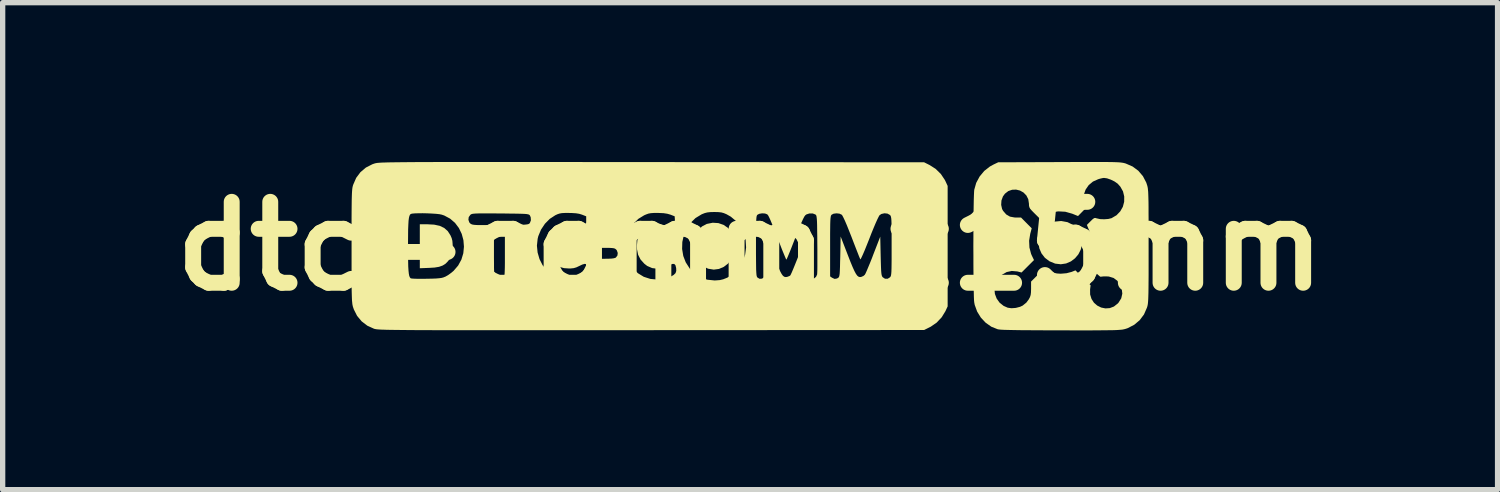
<source format=kicad_pcb>
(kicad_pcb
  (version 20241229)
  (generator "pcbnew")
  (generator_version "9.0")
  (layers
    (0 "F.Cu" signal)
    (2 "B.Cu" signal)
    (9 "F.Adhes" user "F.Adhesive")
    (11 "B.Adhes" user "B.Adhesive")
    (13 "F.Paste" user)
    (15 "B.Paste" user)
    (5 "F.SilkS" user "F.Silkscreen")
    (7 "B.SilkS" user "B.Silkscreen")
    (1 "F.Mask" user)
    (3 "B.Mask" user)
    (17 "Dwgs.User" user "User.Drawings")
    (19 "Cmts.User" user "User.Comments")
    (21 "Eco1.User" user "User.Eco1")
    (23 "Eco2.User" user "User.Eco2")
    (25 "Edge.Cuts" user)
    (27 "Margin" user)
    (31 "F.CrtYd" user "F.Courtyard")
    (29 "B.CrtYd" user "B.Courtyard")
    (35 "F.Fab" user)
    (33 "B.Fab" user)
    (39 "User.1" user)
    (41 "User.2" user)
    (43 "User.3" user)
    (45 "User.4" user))
  (footprint "dtc-comm_x15mm"
    (layer "F.Cu")
    (at 11.074 1.585)
    (property "Reference" "dtc-comm_x15mm" (at 0 0 0) (layer "F.SilkS") (effects (font (size 1.524 1.524) (thickness 0.3))))
    (attr board_only exclude_from_pos_files exclude_from_bom)
    (fp_poly (pts (xy -5.948 -0.405) (xy -5.842 -0.382) (xy -5.758 -0.341) (xy -5.692 -0.282) (xy -5.642 -0.204) (xy -5.619 -0.151) (xy -5.606 -0.1) (xy -5.601 -0.038) (xy -5.6 0.004) (xy -5.605 0.098) (xy -5.621 0.171) (xy -5.651 0.234) (xy -5.687 0.282) (xy -5.735 0.331) (xy -5.789 0.365) (xy -5.856 0.389) (xy -5.941 0.403) (xy -6.041 0.409) (xy -6.219 0.416) (xy -6.219 -0.412) (xy -6.079 -0.412)) (stroke (width 0) (type solid)) (fill yes) (layer "F.SilkS"))
    (fp_poly (pts (xy 5.861 -0.473) (xy 5.976 -0.452) (xy 6.073 -0.404) (xy 6.152 -0.331) (xy 6.213 -0.231) (xy 6.213 -0.23) (xy 6.245 -0.129) (xy 6.248 -0.029) (xy 6.226 0.066) (xy 6.182 0.153) (xy 6.119 0.228) (xy 6.041 0.287) (xy 5.951 0.326) (xy 5.851 0.341) (xy 5.746 0.329) (xy 5.74 0.327) (xy 5.636 0.284) (xy 5.551 0.219) (xy 5.487 0.136) (xy 5.446 0.04) (xy 5.432 -0.065) (xy 5.446 -0.173) (xy 5.448 -0.179) (xy 5.493 -0.28) (xy 5.56 -0.363) (xy 5.646 -0.425) (xy 5.745 -0.463) (xy 5.852 -0.473)) (stroke (width 0) (type solid)) (fill yes) (layer "F.SilkS"))
    (fp_poly (pts (xy -0.597 -0.434) (xy -0.498 -0.4) (xy -0.412 -0.34) (xy -0.344 -0.256) (xy -0.329 -0.23) (xy -0.303 -0.155) (xy -0.289 -0.062) (xy -0.289 0.037) (xy -0.303 0.129) (xy -0.307 0.146) (xy -0.351 0.246) (xy -0.415 0.328) (xy -0.495 0.39) (xy -0.586 0.429) (xy -0.684 0.442) (xy -0.783 0.426) (xy -0.797 0.422) (xy -0.884 0.378) (xy -0.955 0.313) (xy -1.013 0.221) (xy -1.017 0.213) (xy -1.057 0.103) (xy -1.071 -0.009) (xy -1.062 -0.117) (xy -1.029 -0.217) (xy -0.976 -0.303) (xy -0.904 -0.372) (xy -0.814 -0.419) (xy -0.813 -0.419) (xy -0.703 -0.441)) (stroke (width 0) (type solid)) (fill yes) (layer "F.SilkS"))
    (fp_poly (pts (xy 6.647 -1.584) (xy 6.742 -1.584) (xy 6.82 -1.583) (xy 6.883 -1.581) (xy 6.932 -1.579) (xy 6.972 -1.576) (xy 7.002 -1.572) (xy 7.028 -1.568) (xy 7.049 -1.563) (xy 7.07 -1.557) (xy 7.076 -1.555) (xy 7.202 -1.5) (xy 7.31 -1.42) (xy 7.397 -1.318) (xy 7.46 -1.197) (xy 7.472 -1.16) (xy 7.479 -1.139) (xy 7.484 -1.118) (xy 7.489 -1.092) (xy 7.492 -1.061) (xy 7.496 -1.022) (xy 7.498 -0.972) (xy 7.5 -0.909) (xy 7.502 -0.83) (xy 7.503 -0.734) (xy 7.503 -0.616) (xy 7.504 -0.476) (xy 7.504 -0.31) (xy 7.504 -0.116) (xy 7.504 0) (xy 7.504 0.21) (xy 7.504 0.39) (xy 7.504 0.544) (xy 7.503 0.673) (xy 7.502 0.781) (xy 7.501 0.869) (xy 7.499 0.94) (xy 7.497 0.997) (xy 7.494 1.042) (xy 7.491 1.077) (xy 7.487 1.105) (xy 7.482 1.128) (xy 7.476 1.149) (xy 7.472 1.16) (xy 7.417 1.286) (xy 7.336 1.394) (xy 7.234 1.48) (xy 7.113 1.543) (xy 7.078 1.555) (xy 7.058 1.561) (xy 7.036 1.566) (xy 7.012 1.571) (xy 6.982 1.574) (xy 6.944 1.577) (xy 6.896 1.58) (xy 6.835 1.582) (xy 6.759 1.583) (xy 6.665 1.584) (xy 6.552 1.585) (xy 6.416 1.586) (xy 6.256 1.586) (xy 6.069 1.586) (xy 5.857 1.585) (xy 5.622 1.585) (xy 5.418 1.584) (xy 5.242 1.583) (xy 5.093 1.582) (xy 4.968 1.58) (xy 4.867 1.578) (xy 4.788 1.576) (xy 4.729 1.573) (xy 4.688 1.569) (xy 4.664 1.565) (xy 4.663 1.565) (xy 4.543 1.517) (xy 4.436 1.442) (xy 4.346 1.346) (xy 4.276 1.233) (xy 4.23 1.107) (xy 4.221 1.061) (xy 4.217 1.023) (xy 4.214 0.956) (xy 4.212 0.865) (xy 4.21 0.808) (xy 4.601 0.808) (xy 4.61 0.9) (xy 4.643 0.987) (xy 4.698 1.064) (xy 4.774 1.125) (xy 4.851 1.159) (xy 4.921 1.169) (xy 5.003 1.163) (xy 5.084 1.142) (xy 5.133 1.119) (xy 5.202 1.063) (xy 5.247 1.003) (xy 5.27 0.96) (xy 5.283 0.92) (xy 5.289 0.872) (xy 5.291 0.804) (xy 5.291 0.797) (xy 5.291 0.667) (xy 5.409 0.549) (xy 5.461 0.496) (xy 5.498 0.463) (xy 5.522 0.447) (xy 5.54 0.444) (xy 5.556 0.45) (xy 5.559 0.452) (xy 5.641 0.489) (xy 5.741 0.512) (xy 5.85 0.519) (xy 5.957 0.51) (xy 6.054 0.485) (xy 6.059 0.483) (xy 6.127 0.456) (xy 6.269 0.597) (xy 6.412 0.738) (xy 6.402 0.815) (xy 6.403 0.91) (xy 6.429 0.994) (xy 6.475 1.065) (xy 6.537 1.119) (xy 6.611 1.156) (xy 6.69 1.172) (xy 6.772 1.167) (xy 6.851 1.137) (xy 6.923 1.08) (xy 6.937 1.065) (xy 6.989 0.982) (xy 7.009 0.894) (xy 6.998 0.801) (xy 6.971 0.733) (xy 6.916 0.652) (xy 6.844 0.599) (xy 6.755 0.572) (xy 6.704 0.569) (xy 6.653 0.57) (xy 6.615 0.574) (xy 6.603 0.577) (xy 6.587 0.57) (xy 6.555 0.543) (xy 6.509 0.502) (xy 6.455 0.45) (xy 6.449 0.444) (xy 6.309 0.303) (xy 6.362 0.203) (xy 6.389 0.149) (xy 6.406 0.102) (xy 6.416 0.05) (xy 6.421 -0.018) (xy 6.422 -0.041) (xy 6.425 -0.115) (xy 6.422 -0.169) (xy 6.413 -0.217) (xy 6.395 -0.269) (xy 6.386 -0.292) (xy 6.342 -0.4) (xy 6.413 -0.471) (xy 6.452 -0.509) (xy 6.479 -0.528) (xy 6.501 -0.531) (xy 6.528 -0.523) (xy 6.529 -0.523) (xy 6.591 -0.509) (xy 6.668 -0.506) (xy 6.745 -0.512) (xy 6.807 -0.527) (xy 6.808 -0.528) (xy 6.9 -0.582) (xy 6.97 -0.655) (xy 7.019 -0.741) (xy 7.044 -0.836) (xy 7.045 -0.935) (xy 7.022 -1.031) (xy 6.972 -1.12) (xy 6.921 -1.177) (xy 6.864 -1.217) (xy 6.793 -1.252) (xy 6.721 -1.277) (xy 6.663 -1.285) (xy 6.634 -1.281) (xy 6.587 -1.27) (xy 6.554 -1.26) (xy 6.456 -1.216) (xy 6.376 -1.149) (xy 6.318 -1.065) (xy 6.284 -0.969) (xy 6.277 -0.865) (xy 6.289 -0.793) (xy 6.312 -0.706) (xy 6.244 -0.637) (xy 6.175 -0.567) (xy 6.066 -0.611) (xy 5.935 -0.648) (xy 5.802 -0.655) (xy 5.672 -0.633) (xy 5.551 -0.583) (xy 5.515 -0.561) (xy 5.454 -0.52) (xy 5.352 -0.621) (xy 5.304 -0.67) (xy 5.274 -0.704) (xy 5.259 -0.733) (xy 5.252 -0.763) (xy 5.251 -0.799) (xy 5.238 -0.884) (xy 5.202 -0.955) (xy 5.148 -1.01) (xy 5.082 -1.047) (xy 5.009 -1.065) (xy 4.934 -1.062) (xy 4.862 -1.037) (xy 4.799 -0.988) (xy 4.761 -0.936) (xy 4.733 -0.859) (xy 4.728 -0.777) (xy 4.745 -0.7) (xy 4.764 -0.665) (xy 4.823 -0.597) (xy 4.893 -0.556) (xy 4.979 -0.54) (xy 5.004 -0.539) (xy 5.102 -0.539) (xy 5.202 -0.438) (xy 5.303 -0.336) (xy 5.275 -0.232) (xy 5.254 -0.102) (xy 5.26 0.026) (xy 5.291 0.145) (xy 5.304 0.175) (xy 5.346 0.262) (xy 5.229 0.379) (xy 5.112 0.496) (xy 5.031 0.476) (xy 4.928 0.467) (xy 4.831 0.488) (xy 4.741 0.54) (xy 4.727 0.552) (xy 4.659 0.629) (xy 4.617 0.716) (xy 4.601 0.808) (xy 4.21 0.808) (xy 4.209 0.753) (xy 4.208 0.624) (xy 4.206 0.48) (xy 4.205 0.325) (xy 4.205 0.164) (xy 4.204 -0.001) (xy 4.205 -0.166) (xy 4.205 -0.328) (xy 4.206 -0.482) (xy 4.208 -0.626) (xy 4.21 -0.755) (xy 4.212 -0.868) (xy 4.215 -0.958) (xy 4.218 -1.025) (xy 4.221 -1.062) (xy 4.258 -1.192) (xy 4.322 -1.311) (xy 4.409 -1.416) (xy 4.516 -1.5) (xy 4.582 -1.536) (xy 4.672 -1.579) (xy 5.822 -1.583) (xy 6.041 -1.584) (xy 6.231 -1.584) (xy 6.393 -1.585) (xy 6.531 -1.585)) (stroke (width 0) (type solid)) (fill yes) (layer "F.SilkS"))
    (fp_poly (pts (xy -4.575 -1.585) (xy -4.264 -1.585) (xy -3.928 -1.584) (xy -3.565 -1.584) (xy -3.175 -1.584) (xy -2.756 -1.583) (xy -2.307 -1.583) (xy -1.848 -1.583) (xy 3.277 -1.579) (xy 3.381 -1.527) (xy 3.494 -1.455) (xy 3.592 -1.359) (xy 3.667 -1.247) (xy 3.678 -1.225) (xy 3.72 -1.134) (xy 3.72 1.134) (xy 3.678 1.225) (xy 3.608 1.339) (xy 3.514 1.439) (xy 3.403 1.516) (xy 3.381 1.527) (xy 3.277 1.579) (xy -1.856 1.582) (xy -2.335 1.582) (xy -2.783 1.582) (xy -3.201 1.582) (xy -3.591 1.583) (xy -3.953 1.583) (xy -4.288 1.583) (xy -4.599 1.583) (xy -4.884 1.583) (xy -5.146 1.583) (xy -5.386 1.583) (xy -5.605 1.582) (xy -5.803 1.582) (xy -5.982 1.582) (xy -6.142 1.581) (xy -6.286 1.581) (xy -6.413 1.58) (xy -6.525 1.579) (xy -6.623 1.578) (xy -6.708 1.577) (xy -6.781 1.576) (xy -6.843 1.575) (xy -6.895 1.573) (xy -6.938 1.572) (xy -6.973 1.57) (xy -7.002 1.568) (xy -7.025 1.566) (xy -7.042 1.564) (xy -7.057 1.561) (xy -7.068 1.559) (xy -7.078 1.556) (xy -7.084 1.554) (xy -7.207 1.498) (xy -7.314 1.416) (xy -7.4 1.313) (xy -7.461 1.192) (xy -7.472 1.16) (xy -7.479 1.139) (xy -7.484 1.118) (xy -7.489 1.092) (xy -7.492 1.061) (xy -7.496 1.022) (xy -7.498 0.972) (xy -7.5 0.909) (xy -7.502 0.83) (xy -7.503 0.734) (xy -7.503 0.616) (xy -7.504 0.476) (xy -7.504 0.31) (xy -7.504 0.116) (xy -7.504 0) (xy -6.441 0) (xy -6.441 0.155) (xy -6.439 0.281) (xy -6.437 0.382) (xy -6.432 0.459) (xy -6.426 0.517) (xy -6.418 0.559) (xy -6.407 0.586) (xy -6.394 0.603) (xy -6.39 0.606) (xy -6.368 0.61) (xy -6.32 0.613) (xy -6.252 0.615) (xy -6.168 0.615) (xy -6.092 0.614) (xy -5.988 0.612) (xy -5.91 0.609) (xy -5.853 0.604) (xy -5.809 0.598) (xy -5.775 0.589) (xy -5.743 0.576) (xy -5.739 0.575) (xy -5.686 0.545) (xy -5.627 0.502) (xy -5.583 0.465) (xy -5.497 0.365) (xy -5.436 0.253) (xy -5.4 0.134) (xy -5.388 0.01) (xy -5.398 -0.113) (xy -5.43 -0.231) (xy -5.483 -0.341) (xy -5.556 -0.438) (xy -5.623 -0.496) (xy -5.304 -0.496) (xy -5.287 -0.447) (xy -5.268 -0.426) (xy -5.249 -0.414) (xy -5.222 -0.405) (xy -5.183 -0.4) (xy -5.126 -0.397) (xy -5.043 -0.397) (xy -5.027 -0.397) (xy -4.823 -0.397) (xy -4.823 0.079) (xy -4.823 0.215) (xy -4.822 0.322) (xy -4.822 0.405) (xy -4.82 0.467) (xy -4.817 0.512) (xy -4.813 0.542) (xy -4.808 0.563) (xy -4.801 0.576) (xy -4.792 0.587) (xy -4.791 0.587) (xy -4.745 0.613) (xy -4.692 0.615) (xy -4.646 0.592) (xy -4.637 0.583) (xy -4.631 0.569) (xy -4.626 0.547) (xy -4.622 0.514) (xy -4.62 0.466) (xy -4.618 0.399) (xy -4.617 0.31) (xy -4.617 0.196) (xy -4.617 0.086) (xy -4.617 -0.009) (xy -4.014 -0.009) (xy -4.001 0.12) (xy -3.965 0.244) (xy -3.907 0.359) (xy -3.831 0.459) (xy -3.739 0.539) (xy -3.633 0.595) (xy -3.612 0.603) (xy -3.496 0.628) (xy -3.376 0.631) (xy -3.26 0.613) (xy -3.173 0.581) (xy -3.116 0.551) (xy -3.081 0.528) (xy -3.064 0.505) (xy -3.059 0.473) (xy -3.059 0.433) (xy -3.066 0.374) (xy -3.082 0.341) (xy -3.113 0.333) (xy -3.161 0.347) (xy -3.209 0.37) (xy -3.27 0.399) (xy -3.321 0.414) (xy -3.379 0.42) (xy -3.418 0.42) (xy -3.504 0.414) (xy -3.572 0.395) (xy -3.632 0.358) (xy -3.68 0.314) (xy -3.743 0.234) (xy -3.782 0.143) (xy -3.783 0.135) (xy -3.03 0.135) (xy -3.019 0.176) (xy -2.999 0.206) (xy -2.982 0.219) (xy -2.961 0.228) (xy -2.928 0.234) (xy -2.879 0.237) (xy -2.806 0.238) (xy -2.764 0.238) (xy -2.673 0.237) (xy -2.608 0.234) (xy -2.564 0.228) (xy -2.535 0.219) (xy -2.526 0.213) (xy -2.498 0.176) (xy -2.492 0.128) (xy -2.509 0.08) (xy -2.518 0.068) (xy -2.344 0.068) (xy -2.326 0.167) (xy -2.276 0.303) (xy -2.203 0.419) (xy -2.112 0.51) (xy -2.002 0.577) (xy -1.878 0.617) (xy -1.74 0.63) (xy -1.721 0.629) (xy -1.642 0.623) (xy -1.58 0.611) (xy -1.521 0.588) (xy -1.502 0.578) (xy -1.44 0.543) (xy -1.404 0.508) (xy -1.39 0.466) (xy -1.392 0.412) (xy -1.405 0.36) (xy -1.428 0.335) (xy -1.465 0.335) (xy -1.52 0.359) (xy -1.531 0.365) (xy -1.636 0.41) (xy -1.742 0.426) (xy -1.844 0.413) (xy -1.937 0.373) (xy -1.991 0.331) (xy -2.063 0.251) (xy -2.108 0.163) (xy -2.129 0.061) (xy -2.129 0.053) (xy -1.28 0.053) (xy -1.258 0.185) (xy -1.212 0.304) (xy -1.135 0.424) (xy -1.04 0.52) (xy -0.929 0.59) (xy -0.804 0.632) (xy -0.668 0.646) (xy -0.648 0.645) (xy -0.569 0.639) (xy -0.506 0.624) (xy -0.441 0.598) (xy -0.423 0.59) (xy -0.31 0.516) (xy -0.215 0.418) (xy -0.142 0.296) (xy -0.14 0.293) (xy -0.093 0.159) (xy -0.075 0.022) (xy -0.077 -0.003) (xy 0.111 -0.003) (xy 0.111 0.148) (xy 0.112 0.269) (xy 0.113 0.366) (xy 0.114 0.44) (xy 0.117 0.495) (xy 0.12 0.534) (xy 0.124 0.561) (xy 0.13 0.578) (xy 0.137 0.589) (xy 0.137 0.59) (xy 0.179 0.615) (xy 0.225 0.612) (xy 0.263 0.585) (xy 0.273 0.572) (xy 0.281 0.554) (xy 0.287 0.526) (xy 0.291 0.485) (xy 0.295 0.427) (xy 0.298 0.346) (xy 0.3 0.24) (xy 0.301 0.19) (xy 0.309 -0.172) (xy 0.444 0.177) (xy 0.493 0.302) (xy 0.533 0.399) (xy 0.566 0.472) (xy 0.594 0.524) (xy 0.619 0.558) (xy 0.643 0.576) (xy 0.668 0.582) (xy 0.695 0.579) (xy 0.697 0.579) (xy 0.735 0.565) (xy 0.755 0.554) (xy 0.766 0.535) (xy 0.786 0.492) (xy 0.814 0.426) (xy 0.847 0.345) (xy 0.885 0.25) (xy 0.914 0.176) (xy 1.055 -0.188) (xy 1.063 0.193) (xy 1.066 0.313) (xy 1.068 0.406) (xy 1.071 0.474) (xy 1.075 0.523) (xy 1.079 0.555) (xy 1.085 0.576) (xy 1.093 0.589) (xy 1.102 0.596) (xy 1.153 0.617) (xy 1.202 0.61) (xy 1.242 0.578) (xy 1.246 0.569) (xy 1.507 0.569) (xy 1.542 0.594) (xy 1.592 0.617) (xy 1.637 0.609) (xy 1.659 0.596) (xy 1.669 0.587) (xy 1.676 0.573) (xy 1.682 0.551) (xy 1.687 0.516) (xy 1.69 0.464) (xy 1.693 0.391) (xy 1.695 0.294) (xy 1.698 0.196) (xy 1.705 -0.182) (xy 1.84 0.167) (xy 1.889 0.293) (xy 1.93 0.392) (xy 1.964 0.467) (xy 1.993 0.521) (xy 2.018 0.556) (xy 2.042 0.575) (xy 2.066 0.582) (xy 2.091 0.58) (xy 2.133 0.562) (xy 2.159 0.54) (xy 2.172 0.518) (xy 2.194 0.47) (xy 2.223 0.401) (xy 2.258 0.317) (xy 2.296 0.222) (xy 2.317 0.166) (xy 2.451 -0.179) (xy 2.459 0.187) (xy 2.462 0.305) (xy 2.465 0.395) (xy 2.468 0.463) (xy 2.472 0.51) (xy 2.477 0.543) (xy 2.484 0.565) (xy 2.493 0.58) (xy 2.497 0.585) (xy 2.541 0.614) (xy 2.591 0.614) (xy 2.634 0.587) (xy 2.642 0.577) (xy 2.649 0.565) (xy 2.654 0.547) (xy 2.658 0.519) (xy 2.661 0.479) (xy 2.663 0.422) (xy 2.664 0.347) (xy 2.665 0.249) (xy 2.665 0.126) (xy 2.665 0) (xy 2.665 -0.148) (xy 2.665 -0.267) (xy 2.664 -0.361) (xy 2.663 -0.433) (xy 2.661 -0.486) (xy 2.658 -0.524) (xy 2.653 -0.55) (xy 2.648 -0.567) (xy 2.641 -0.579) (xy 2.634 -0.587) (xy 2.587 -0.613) (xy 2.53 -0.619) (xy 2.473 -0.606) (xy 2.438 -0.583) (xy 2.423 -0.558) (xy 2.398 -0.508) (xy 2.365 -0.435) (xy 2.327 -0.345) (xy 2.284 -0.24) (xy 2.245 -0.139) (xy 2.198 -0.021) (xy 2.158 0.078) (xy 2.124 0.157) (xy 2.098 0.213) (xy 2.082 0.244) (xy 2.075 0.248) (xy 2.067 0.228) (xy 2.048 0.183) (xy 2.022 0.116) (xy 1.989 0.032) (xy 1.951 -0.066) (xy 1.912 -0.168) (xy 1.864 -0.289) (xy 1.822 -0.394) (xy 1.785 -0.48) (xy 1.755 -0.543) (xy 1.734 -0.582) (xy 1.727 -0.591) (xy 1.683 -0.612) (xy 1.627 -0.618) (xy 1.572 -0.611) (xy 1.536 -0.592) (xy 1.529 -0.584) (xy 1.522 -0.571) (xy 1.518 -0.551) (xy 1.514 -0.52) (xy 1.511 -0.476) (xy 1.509 -0.414) (xy 1.508 -0.332) (xy 1.507 -0.228) (xy 1.507 -0.096) (xy 1.507 0.002) (xy 1.507 0.569) (xy 1.246 0.569) (xy 1.262 0.534) (xy 1.264 0.51) (xy 1.266 0.459) (xy 1.267 0.383) (xy 1.267 0.288) (xy 1.267 0.177) (xy 1.267 0.054) (xy 1.266 -0.037) (xy 1.265 -0.182) (xy 1.263 -0.299) (xy 1.262 -0.39) (xy 1.26 -0.459) (xy 1.257 -0.51) (xy 1.253 -0.545) (xy 1.249 -0.569) (xy 1.243 -0.583) (xy 1.235 -0.592) (xy 1.23 -0.596) (xy 1.179 -0.616) (xy 1.118 -0.616) (xy 1.062 -0.598) (xy 1.041 -0.583) (xy 1.022 -0.558) (xy 0.996 -0.508) (xy 0.962 -0.433) (xy 0.92 -0.332) (xy 0.869 -0.202) (xy 0.847 -0.147) (xy 0.806 -0.041) (xy 0.769 0.054) (xy 0.736 0.135) (xy 0.71 0.198) (xy 0.692 0.239) (xy 0.684 0.254) (xy 0.684 0.254) (xy 0.675 0.24) (xy 0.658 0.201) (xy 0.633 0.141) (xy 0.602 0.066) (xy 0.572 -0.012) (xy 0.515 -0.159) (xy 0.468 -0.279) (xy 0.43 -0.376) (xy 0.4 -0.45) (xy 0.376 -0.506) (xy 0.357 -0.547) (xy 0.343 -0.574) (xy 0.331 -0.59) (xy 0.323 -0.599) (xy 0.281 -0.615) (xy 0.226 -0.618) (xy 0.173 -0.609) (xy 0.14 -0.592) (xy 0.132 -0.584) (xy 0.126 -0.571) (xy 0.121 -0.551) (xy 0.118 -0.52) (xy 0.115 -0.475) (xy 0.113 -0.413) (xy 0.112 -0.332) (xy 0.111 -0.226) (xy 0.111 -0.094) (xy 0.111 -0.003) (xy -0.077 -0.003) (xy -0.084 -0.114) (xy -0.118 -0.243) (xy -0.177 -0.362) (xy -0.259 -0.468) (xy -0.363 -0.555) (xy -0.444 -0.601) (xy -0.494 -0.622) (xy -0.541 -0.635) (xy -0.596 -0.641) (xy -0.671 -0.643) (xy -0.674 -0.643) (xy -0.75 -0.641) (xy -0.805 -0.635) (xy -0.853 -0.623) (xy -0.906 -0.602) (xy -0.916 -0.597) (xy -1.028 -0.529) (xy -1.121 -0.438) (xy -1.195 -0.33) (xy -1.247 -0.209) (xy -1.276 -0.079) (xy -1.28 0.053) (xy -2.129 0.053) (xy -2.132 0) (xy -2.122 -0.112) (xy -2.089 -0.207) (xy -2.032 -0.29) (xy -1.991 -0.331) (xy -1.905 -0.392) (xy -1.811 -0.421) (xy -1.708 -0.42) (xy -1.597 -0.389) (xy -1.556 -0.37) (xy -1.47 -0.328) (xy -1.44 -0.365) (xy -1.421 -0.402) (xy -1.414 -0.452) (xy -1.415 -0.482) (xy -1.42 -0.562) (xy -1.499 -0.593) (xy -1.558 -0.61) (xy -1.629 -0.621) (xy -1.721 -0.625) (xy -1.737 -0.625) (xy -1.814 -0.625) (xy -1.869 -0.621) (xy -1.914 -0.613) (xy -1.958 -0.597) (xy -1.995 -0.581) (xy -2.104 -0.514) (xy -2.195 -0.424) (xy -2.267 -0.316) (xy -2.318 -0.194) (xy -2.344 -0.065) (xy -2.344 0.068) (xy -2.518 0.068) (xy -2.523 0.063) (xy -2.539 0.05) (xy -2.56 0.041) (xy -2.592 0.036) (xy -2.641 0.033) (xy -2.713 0.032) (xy -2.761 0.032) (xy -2.846 0.032) (xy -2.906 0.034) (xy -2.946 0.038) (xy -2.973 0.045) (xy -2.991 0.056) (xy -2.999 0.063) (xy -3.023 0.101) (xy -3.03 0.135) (xy -3.783 0.135) (xy -3.798 0.035) (xy -3.799 0) (xy -3.789 -0.114) (xy -3.757 -0.209) (xy -3.701 -0.292) (xy -3.68 -0.314) (xy -3.614 -0.371) (xy -3.548 -0.404) (xy -3.471 -0.418) (xy -3.427 -0.42) (xy -3.355 -0.416) (xy -3.296 -0.402) (xy -3.232 -0.374) (xy -3.182 -0.349) (xy -3.151 -0.339) (xy -3.132 -0.34) (xy -3.116 -0.352) (xy -3.113 -0.354) (xy -3.095 -0.388) (xy -3.087 -0.445) (xy -3.086 -0.471) (xy -3.086 -0.562) (xy -3.165 -0.593) (xy -3.217 -0.609) (xy -3.279 -0.619) (xy -3.358 -0.624) (xy -3.411 -0.625) (xy -3.489 -0.625) (xy -3.545 -0.622) (xy -3.588 -0.614) (xy -3.627 -0.601) (xy -3.668 -0.582) (xy -3.772 -0.514) (xy -3.863 -0.422) (xy -3.937 -0.311) (xy -3.988 -0.188) (xy -4 -0.139) (xy -4.014 -0.009) (xy -4.617 -0.009) (xy -4.617 -0.394) (xy -4.393 -0.399) (xy -4.304 -0.402) (xy -4.24 -0.405) (xy -4.198 -0.41) (xy -4.172 -0.416) (xy -4.156 -0.426) (xy -4.147 -0.435) (xy -4.127 -0.487) (xy -4.131 -0.544) (xy -4.147 -0.58) (xy -4.155 -0.588) (xy -4.166 -0.595) (xy -4.184 -0.6) (xy -4.213 -0.605) (xy -4.255 -0.608) (xy -4.314 -0.61) (xy -4.394 -0.612) (xy -4.496 -0.613) (xy -4.626 -0.615) (xy -4.7 -0.615) (xy -4.844 -0.617) (xy -4.96 -0.617) (xy -5.051 -0.617) (xy -5.121 -0.616) (xy -5.172 -0.614) (xy -5.208 -0.611) (xy -5.233 -0.607) (xy -5.251 -0.601) (xy -5.263 -0.593) (xy -5.267 -0.59) (xy -5.298 -0.547) (xy -5.304 -0.496) (xy -5.623 -0.496) (xy -5.649 -0.518) (xy -5.759 -0.577) (xy -5.806 -0.593) (xy -5.85 -0.602) (xy -5.915 -0.609) (xy -5.994 -0.614) (xy -6.08 -0.618) (xy -6.167 -0.62) (xy -6.249 -0.619) (xy -6.318 -0.617) (xy -6.368 -0.612) (xy -6.39 -0.605) (xy -6.404 -0.592) (xy -6.415 -0.568) (xy -6.424 -0.531) (xy -6.431 -0.478) (xy -6.435 -0.406) (xy -6.439 -0.313) (xy -6.44 -0.194) (xy -6.441 -0.047) (xy -6.441 0) (xy -7.504 0) (xy -7.504 -0.21) (xy -7.504 -0.39) (xy -7.504 -0.544) (xy -7.503 -0.673) (xy -7.502 -0.781) (xy -7.501 -0.869) (xy -7.499 -0.94) (xy -7.497 -0.997) (xy -7.494 -1.042) (xy -7.491 -1.077) (xy -7.487 -1.105) (xy -7.482 -1.128) (xy -7.476 -1.149) (xy -7.472 -1.16) (xy -7.417 -1.286) (xy -7.336 -1.394) (xy -7.234 -1.48) (xy -7.113 -1.542) (xy -7.076 -1.555) (xy -7.066 -1.558) (xy -7.055 -1.561) (xy -7.043 -1.563) (xy -7.029 -1.566) (xy -7.01 -1.568) (xy -6.987 -1.57) (xy -6.958 -1.572) (xy -6.922 -1.574) (xy -6.879 -1.575) (xy -6.826 -1.577) (xy -6.764 -1.578) (xy -6.69 -1.579) (xy -6.605 -1.58) (xy -6.507 -1.581) (xy -6.394 -1.582) (xy -6.266 -1.583) (xy -6.122 -1.583) (xy -5.961 -1.584) (xy -5.782 -1.584) (xy -5.583 -1.584) (xy -5.364 -1.585) (xy -5.124 -1.585) (xy -4.861 -1.585)) (stroke (width 0) (type solid)) (fill yes) (layer "F.SilkS")))
  (gr_rect
    (start -3 -3)
    (end 25.149 6.17)
    (stroke (width 0.1) (type default))
    (fill no)
    (layer "Edge.Cuts")))
</source>
